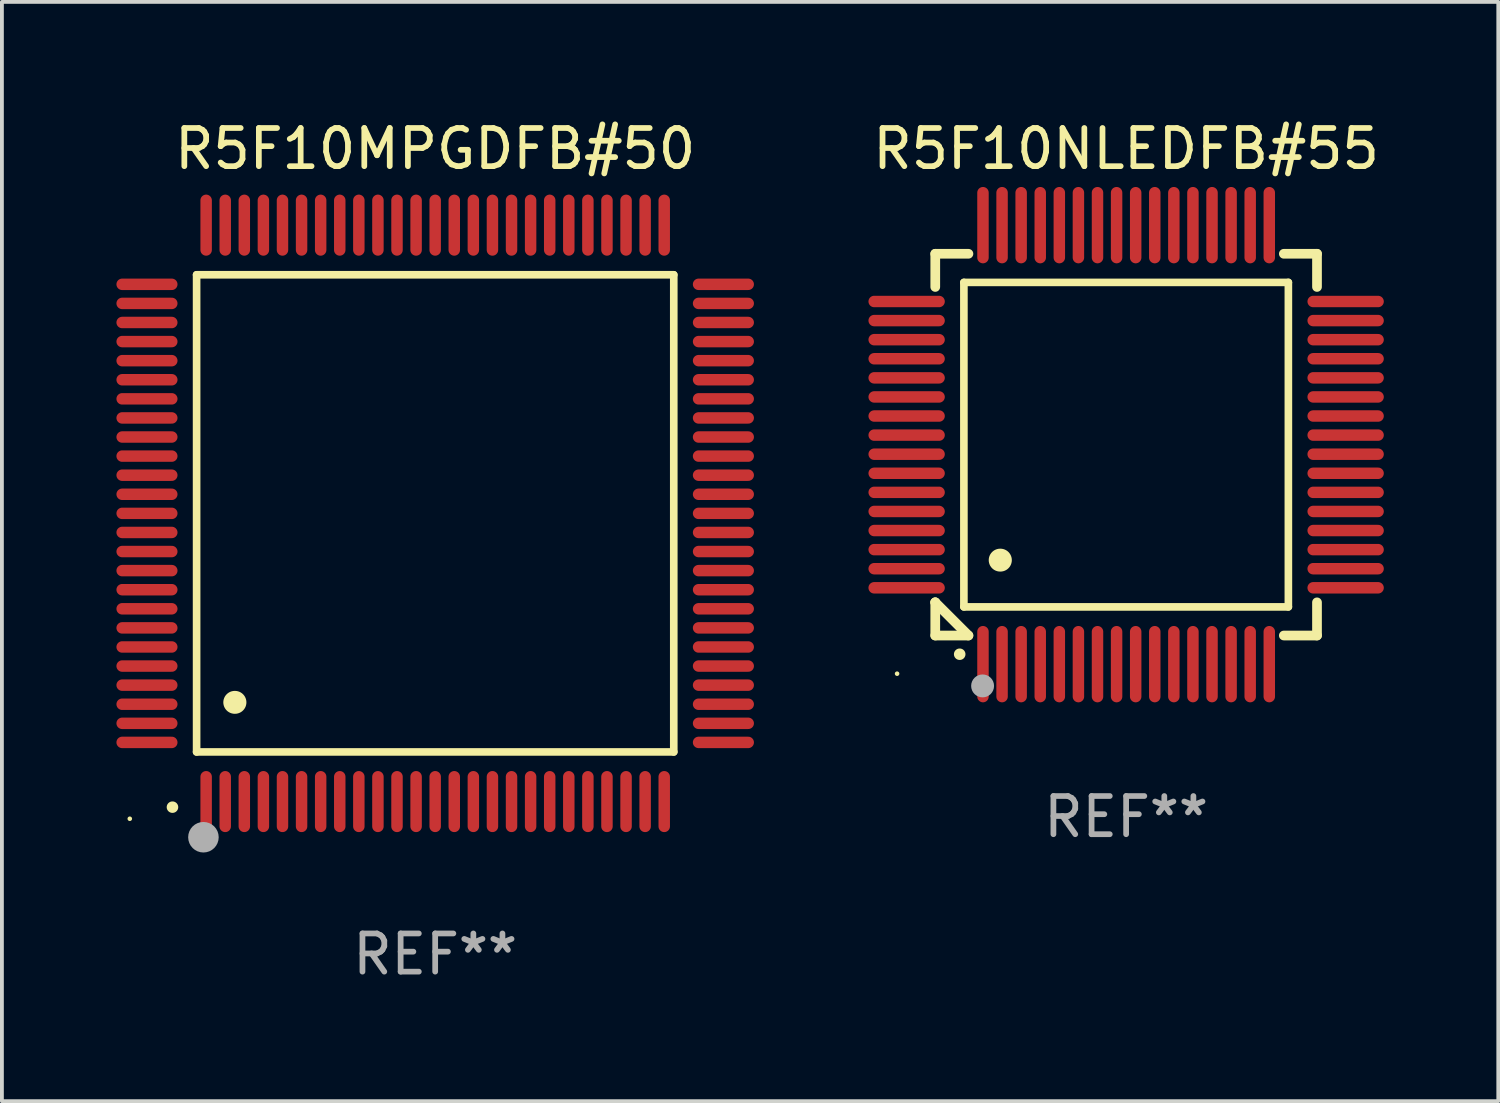
<source format=kicad_pcb>
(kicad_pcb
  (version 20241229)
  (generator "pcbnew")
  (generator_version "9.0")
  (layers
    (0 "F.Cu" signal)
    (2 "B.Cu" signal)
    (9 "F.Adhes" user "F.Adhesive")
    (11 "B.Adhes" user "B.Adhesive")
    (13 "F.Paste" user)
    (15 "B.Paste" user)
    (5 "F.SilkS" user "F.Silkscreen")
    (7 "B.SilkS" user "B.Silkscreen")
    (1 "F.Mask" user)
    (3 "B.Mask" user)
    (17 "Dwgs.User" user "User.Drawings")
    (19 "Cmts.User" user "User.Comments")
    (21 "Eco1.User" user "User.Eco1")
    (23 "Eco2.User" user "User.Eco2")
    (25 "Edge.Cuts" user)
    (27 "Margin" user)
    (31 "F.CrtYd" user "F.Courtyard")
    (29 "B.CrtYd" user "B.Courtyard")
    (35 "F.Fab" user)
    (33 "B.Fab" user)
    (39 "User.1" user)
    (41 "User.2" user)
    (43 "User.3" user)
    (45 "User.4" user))
  (footprint "R5F10NLEDFB#55"
    (layer "F.Cu")
    (at 26.45 8.598)
    (property "Reference" "R5F10NLEDFB#55" (at 0 -7.75 0) (layer "F.SilkS") (effects (font (size 1 1) (thickness 0.15))))
    (attr through_hole)
    (fp_line (start -5 -5) (end -4.131 -5) (stroke (width 0.254) (type solid)) (layer "F.SilkS"))
    (fp_line (start -5 -4.131) (end -5 -5) (stroke (width 0.254) (type solid)) (layer "F.SilkS"))
    (fp_line (start -5 4.131) (end -5 4.131) (stroke (width 0.254) (type solid)) (layer "F.SilkS"))
    (fp_line (start -5 5) (end -5 4.131) (stroke (width 0.254) (type solid)) (layer "F.SilkS"))
    (fp_line (start -5 4.131) (end -4.131 5) (stroke (width 0.254) (type solid)) (layer "F.SilkS"))
    (fp_line (start -4.25 -4.25) (end -4.25 4.25) (stroke (width 0.2) (type solid)) (layer "F.SilkS"))
    (fp_line (start -4.25 4.25) (end 4.25 4.25) (stroke (width 0.2) (type solid)) (layer "F.SilkS"))
    (fp_line (start -4.131 5) (end -5 5) (stroke (width 0.254) (type solid)) (layer "F.SilkS"))
    (fp_line (start 4.25 -4.25) (end -4.25 -4.25) (stroke (width 0.2) (type solid)) (layer "F.SilkS"))
    (fp_line (start 4.25 4.25) (end 4.25 -4.25) (stroke (width 0.2) (type solid)) (layer "F.SilkS"))
    (fp_line (start 5 -5) (end 4.131 -5) (stroke (width 0.254) (type solid)) (layer "F.SilkS"))
    (fp_line (start 5 -5) (end 5 -4.131) (stroke (width 0.254) (type solid)) (layer "F.SilkS"))
    (fp_line (start 5 4.131) (end 5 5) (stroke (width 0.254) (type solid)) (layer "F.SilkS"))
    (fp_line (start 5 5) (end 4.131 5) (stroke (width 0.254) (type solid)) (layer "F.SilkS"))
    (fp_arc (start -4.361265 5.489992) (mid -4.359995 5.489987) (end -4.358725 5.489992) (stroke (width 0.3) (type solid)) (layer "F.SilkS"))
    (fp_arc (start -3.299467 3.025146) (mid -3.296927 3.025135) (end -3.294387 3.025146) (stroke (width 0.6) (type solid)) (layer "F.SilkS"))
    (fp_circle (center -6 6) (end -5.97 6) (stroke (width 0.06) (type solid)) (fill no) (layer "F.SilkS"))
    (fp_circle (center -3.76 6.32) (end -3.61 6.32) (stroke (width 0.3) (type solid)) (fill no) (layer "F.Fab"))
    (fp_text user "REF**" (at 0 9.75 0) (layer "F.Fab") (effects (font (size 1 1) (thickness 0.15))))
    (pad "1" smd oval (at -3.75 5.75) (size 0.3 2) (layers "F.Cu" "F.Mask" "F.Paste"))
    (pad "2" smd oval (at -3.25 5.75) (size 0.3 2) (layers "F.Cu" "F.Mask" "F.Paste"))
    (pad "3" smd oval (at -2.75 5.75) (size 0.3 2) (layers "F.Cu" "F.Mask" "F.Paste"))
    (pad "4" smd oval (at -2.25 5.75) (size 0.3 2) (layers "F.Cu" "F.Mask" "F.Paste"))
    (pad "5" smd oval (at -1.75 5.75) (size 0.3 2) (layers "F.Cu" "F.Mask" "F.Paste"))
    (pad "6" smd oval (at -1.25 5.75) (size 0.3 2) (layers "F.Cu" "F.Mask" "F.Paste"))
    (pad "7" smd oval (at -0.75 5.75) (size 0.3 2) (layers "F.Cu" "F.Mask" "F.Paste"))
    (pad "8" smd oval (at -0.25 5.75) (size 0.3 2) (layers "F.Cu" "F.Mask" "F.Paste"))
    (pad "9" smd oval (at 0.25 5.75) (size 0.3 2) (layers "F.Cu" "F.Mask" "F.Paste"))
    (pad "10" smd oval (at 0.75 5.75) (size 0.3 2) (layers "F.Cu" "F.Mask" "F.Paste"))
    (pad "11" smd oval (at 1.25 5.75) (size 0.3 2) (layers "F.Cu" "F.Mask" "F.Paste"))
    (pad "12" smd oval (at 1.75 5.75) (size 0.3 2) (layers "F.Cu" "F.Mask" "F.Paste"))
    (pad "13" smd oval (at 2.25 5.75) (size 0.3 2) (layers "F.Cu" "F.Mask" "F.Paste"))
    (pad "14" smd oval (at 2.75 5.75) (size 0.3 2) (layers "F.Cu" "F.Mask" "F.Paste"))
    (pad "15" smd oval (at 3.25 5.75) (size 0.3 2) (layers "F.Cu" "F.Mask" "F.Paste"))
    (pad "16" smd oval (at 3.75 5.75) (size 0.3 2) (layers "F.Cu" "F.Mask" "F.Paste"))
    (pad "17" smd oval (at 5.75 3.75) (size 2 0.3) (layers "F.Cu" "F.Mask" "F.Paste"))
    (pad "18" smd oval (at 5.75 3.25) (size 2 0.3) (layers "F.Cu" "F.Mask" "F.Paste"))
    (pad "19" smd oval (at 5.75 2.75) (size 2 0.3) (layers "F.Cu" "F.Mask" "F.Paste"))
    (pad "20" smd oval (at 5.75 2.25) (size 2 0.3) (layers "F.Cu" "F.Mask" "F.Paste"))
    (pad "21" smd oval (at 5.75 1.75) (size 2 0.3) (layers "F.Cu" "F.Mask" "F.Paste"))
    (pad "22" smd oval (at 5.75 1.25) (size 2 0.3) (layers "F.Cu" "F.Mask" "F.Paste"))
    (pad "23" smd oval (at 5.75 0.75) (size 2 0.3) (layers "F.Cu" "F.Mask" "F.Paste"))
    (pad "24" smd oval (at 5.75 0.25) (size 2 0.3) (layers "F.Cu" "F.Mask" "F.Paste"))
    (pad "25" smd oval (at 5.75 -0.25) (size 2 0.3) (layers "F.Cu" "F.Mask" "F.Paste"))
    (pad "26" smd oval (at 5.75 -0.75) (size 2 0.3) (layers "F.Cu" "F.Mask" "F.Paste"))
    (pad "27" smd oval (at 5.75 -1.25) (size 2 0.3) (layers "F.Cu" "F.Mask" "F.Paste"))
    (pad "28" smd oval (at 5.75 -1.75) (size 2 0.3) (layers "F.Cu" "F.Mask" "F.Paste"))
    (pad "29" smd oval (at 5.75 -2.25) (size 2 0.3) (layers "F.Cu" "F.Mask" "F.Paste"))
    (pad "30" smd oval (at 5.75 -2.75) (size 2 0.3) (layers "F.Cu" "F.Mask" "F.Paste"))
    (pad "31" smd oval (at 5.75 -3.25) (size 2 0.3) (layers "F.Cu" "F.Mask" "F.Paste"))
    (pad "32" smd oval (at 5.75 -3.75) (size 2 0.3) (layers "F.Cu" "F.Mask" "F.Paste"))
    (pad "33" smd oval (at 3.75 -5.75) (size 0.3 2) (layers "F.Cu" "F.Mask" "F.Paste"))
    (pad "34" smd oval (at 3.25 -5.75) (size 0.3 2) (layers "F.Cu" "F.Mask" "F.Paste"))
    (pad "35" smd oval (at 2.75 -5.75) (size 0.3 2) (layers "F.Cu" "F.Mask" "F.Paste"))
    (pad "36" smd oval (at 2.25 -5.75) (size 0.3 2) (layers "F.Cu" "F.Mask" "F.Paste"))
    (pad "37" smd oval (at 1.75 -5.75) (size 0.3 2) (layers "F.Cu" "F.Mask" "F.Paste"))
    (pad "38" smd oval (at 1.25 -5.75) (size 0.3 2) (layers "F.Cu" "F.Mask" "F.Paste"))
    (pad "39" smd oval (at 0.75 -5.75) (size 0.3 2) (layers "F.Cu" "F.Mask" "F.Paste"))
    (pad "40" smd oval (at 0.25 -5.75) (size 0.3 2) (layers "F.Cu" "F.Mask" "F.Paste"))
    (pad "41" smd oval (at -0.25 -5.75) (size 0.3 2) (layers "F.Cu" "F.Mask" "F.Paste"))
    (pad "42" smd oval (at -0.75 -5.75) (size 0.3 2) (layers "F.Cu" "F.Mask" "F.Paste"))
    (pad "43" smd oval (at -1.25 -5.75) (size 0.3 2) (layers "F.Cu" "F.Mask" "F.Paste"))
    (pad "44" smd oval (at -1.75 -5.75) (size 0.3 2) (layers "F.Cu" "F.Mask" "F.Paste"))
    (pad "45" smd oval (at -2.25 -5.75) (size 0.3 2) (layers "F.Cu" "F.Mask" "F.Paste"))
    (pad "46" smd oval (at -2.75 -5.75) (size 0.3 2) (layers "F.Cu" "F.Mask" "F.Paste"))
    (pad "47" smd oval (at -3.25 -5.75) (size 0.3 2) (layers "F.Cu" "F.Mask" "F.Paste"))
    (pad "48" smd oval (at -3.75 -5.75) (size 0.3 2) (layers "F.Cu" "F.Mask" "F.Paste"))
    (pad "49" smd oval (at -5.75 -3.75) (size 2 0.3) (layers "F.Cu" "F.Mask" "F.Paste"))
    (pad "50" smd oval (at -5.75 -3.25) (size 2 0.3) (layers "F.Cu" "F.Mask" "F.Paste"))
    (pad "51" smd oval (at -5.75 -2.75) (size 2 0.3) (layers "F.Cu" "F.Mask" "F.Paste"))
    (pad "52" smd oval (at -5.75 -2.25) (size 2 0.3) (layers "F.Cu" "F.Mask" "F.Paste"))
    (pad "53" smd oval (at -5.75 -1.75) (size 2 0.3) (layers "F.Cu" "F.Mask" "F.Paste"))
    (pad "54" smd oval (at -5.75 -1.25) (size 2 0.3) (layers "F.Cu" "F.Mask" "F.Paste"))
    (pad "55" smd oval (at -5.75 -0.75) (size 2 0.3) (layers "F.Cu" "F.Mask" "F.Paste"))
    (pad "56" smd oval (at -5.75 -0.25) (size 2 0.3) (layers "F.Cu" "F.Mask" "F.Paste"))
    (pad "57" smd oval (at -5.75 0.25) (size 2 0.3) (layers "F.Cu" "F.Mask" "F.Paste"))
    (pad "58" smd oval (at -5.75 0.75) (size 2 0.3) (layers "F.Cu" "F.Mask" "F.Paste"))
    (pad "59" smd oval (at -5.75 1.25) (size 2 0.3) (layers "F.Cu" "F.Mask" "F.Paste"))
    (pad "60" smd oval (at -5.75 1.75) (size 2 0.3) (layers "F.Cu" "F.Mask" "F.Paste"))
    (pad "61" smd oval (at -5.75 2.25) (size 2 0.3) (layers "F.Cu" "F.Mask" "F.Paste"))
    (pad "62" smd oval (at -5.75 2.75) (size 2 0.3) (layers "F.Cu" "F.Mask" "F.Paste"))
    (pad "63" smd oval (at -5.75 3.25) (size 2 0.3) (layers "F.Cu" "F.Mask" "F.Paste"))
    (pad "64" smd oval (at -5.75 3.75) (size 2 0.3) (layers "F.Cu" "F.Mask" "F.Paste")))
  (footprint "R5F10MPGDFB#50"
    (layer "F.Cu")
    (at 8.35 10.398)
    (property "Reference" "R5F10MPGDFB#50" (at 0 -9.55 0) (layer "F.SilkS") (effects (font (size 1 1) (thickness 0.15))))
    (attr through_hole)
    (fp_line (start -6.25 -6.25) (end -6.25 6.25) (stroke (width 0.2) (type solid)) (layer "F.SilkS"))
    (fp_line (start -6.25 6.25) (end 6.25 6.25) (stroke (width 0.2) (type solid)) (layer "F.SilkS"))
    (fp_line (start 6.25 -6.25) (end -6.25 -6.25) (stroke (width 0.2) (type solid)) (layer "F.SilkS"))
    (fp_line (start 6.25 6.25) (end 6.25 -6.25) (stroke (width 0.2) (type solid)) (layer "F.SilkS"))
    (fp_arc (start -6.883414 7.696215) (mid -6.882144 7.69621) (end -6.880874 7.696215) (stroke (width 0.3) (type solid)) (layer "F.SilkS"))
    (fp_arc (start -5.250191 4.95047) (mid -5.247651 4.950459) (end -5.245111 4.95047) (stroke (width 0.6) (type solid)) (layer "F.SilkS"))
    (fp_circle (center -8 8) (end -7.97 8) (stroke (width 0.06) (type solid)) (fill no) (layer "F.SilkS"))
    (fp_circle (center -6.071 8.484) (end -5.871 8.484) (stroke (width 0.4) (type solid)) (fill no) (layer "F.Fab"))
    (fp_text user "REF**" (at 0 11.55 0) (layer "F.Fab") (effects (font (size 1 1) (thickness 0.15))))
    (pad "1" smd oval (at -6 7.55) (size 0.3 1.6) (layers "F.Cu" "F.Mask" "F.Paste"))
    (pad "2" smd oval (at -5.5 7.55) (size 0.3 1.6) (layers "F.Cu" "F.Mask" "F.Paste"))
    (pad "3" smd oval (at -5 7.55) (size 0.3 1.6) (layers "F.Cu" "F.Mask" "F.Paste"))
    (pad "4" smd oval (at -4.5 7.55) (size 0.3 1.6) (layers "F.Cu" "F.Mask" "F.Paste"))
    (pad "5" smd oval (at -4 7.55) (size 0.3 1.6) (layers "F.Cu" "F.Mask" "F.Paste"))
    (pad "6" smd oval (at -3.5 7.55) (size 0.3 1.6) (layers "F.Cu" "F.Mask" "F.Paste"))
    (pad "7" smd oval (at -3 7.55) (size 0.3 1.6) (layers "F.Cu" "F.Mask" "F.Paste"))
    (pad "8" smd oval (at -2.5 7.55) (size 0.3 1.6) (layers "F.Cu" "F.Mask" "F.Paste"))
    (pad "9" smd oval (at -2 7.55) (size 0.3 1.6) (layers "F.Cu" "F.Mask" "F.Paste"))
    (pad "10" smd oval (at -1.5 7.55) (size 0.3 1.6) (layers "F.Cu" "F.Mask" "F.Paste"))
    (pad "11" smd oval (at -1 7.55) (size 0.3 1.6) (layers "F.Cu" "F.Mask" "F.Paste"))
    (pad "12" smd oval (at -0.5 7.55) (size 0.3 1.6) (layers "F.Cu" "F.Mask" "F.Paste"))
    (pad "13" smd oval (at 0 7.55) (size 0.3 1.6) (layers "F.Cu" "F.Mask" "F.Paste"))
    (pad "14" smd oval (at 0.5 7.55) (size 0.3 1.6) (layers "F.Cu" "F.Mask" "F.Paste"))
    (pad "15" smd oval (at 1 7.55) (size 0.3 1.6) (layers "F.Cu" "F.Mask" "F.Paste"))
    (pad "16" smd oval (at 1.5 7.55) (size 0.3 1.6) (layers "F.Cu" "F.Mask" "F.Paste"))
    (pad "17" smd oval (at 2 7.55) (size 0.3 1.6) (layers "F.Cu" "F.Mask" "F.Paste"))
    (pad "18" smd oval (at 2.5 7.55) (size 0.3 1.6) (layers "F.Cu" "F.Mask" "F.Paste"))
    (pad "19" smd oval (at 3 7.55) (size 0.3 1.6) (layers "F.Cu" "F.Mask" "F.Paste"))
    (pad "20" smd oval (at 3.5 7.55) (size 0.3 1.6) (layers "F.Cu" "F.Mask" "F.Paste"))
    (pad "21" smd oval (at 4 7.55) (size 0.3 1.6) (layers "F.Cu" "F.Mask" "F.Paste"))
    (pad "22" smd oval (at 4.5 7.55) (size 0.3 1.6) (layers "F.Cu" "F.Mask" "F.Paste"))
    (pad "23" smd oval (at 5 7.55) (size 0.3 1.6) (layers "F.Cu" "F.Mask" "F.Paste"))
    (pad "24" smd oval (at 5.5 7.55) (size 0.3 1.6) (layers "F.Cu" "F.Mask" "F.Paste"))
    (pad "25" smd oval (at 6 7.55) (size 0.3 1.6) (layers "F.Cu" "F.Mask" "F.Paste"))
    (pad "26" smd oval (at 7.55 6) (size 1.6 0.3) (layers "F.Cu" "F.Mask" "F.Paste"))
    (pad "27" smd oval (at 7.55 5.5) (size 1.6 0.3) (layers "F.Cu" "F.Mask" "F.Paste"))
    (pad "28" smd oval (at 7.55 5) (size 1.6 0.3) (layers "F.Cu" "F.Mask" "F.Paste"))
    (pad "29" smd oval (at 7.55 4.5) (size 1.6 0.3) (layers "F.Cu" "F.Mask" "F.Paste"))
    (pad "30" smd oval (at 7.55 4) (size 1.6 0.3) (layers "F.Cu" "F.Mask" "F.Paste"))
    (pad "31" smd oval (at 7.55 3.5) (size 1.6 0.3) (layers "F.Cu" "F.Mask" "F.Paste"))
    (pad "32" smd oval (at 7.55 3) (size 1.6 0.3) (layers "F.Cu" "F.Mask" "F.Paste"))
    (pad "33" smd oval (at 7.55 2.5) (size 1.6 0.3) (layers "F.Cu" "F.Mask" "F.Paste"))
    (pad "34" smd oval (at 7.55 2) (size 1.6 0.3) (layers "F.Cu" "F.Mask" "F.Paste"))
    (pad "35" smd oval (at 7.55 1.5) (size 1.6 0.3) (layers "F.Cu" "F.Mask" "F.Paste"))
    (pad "36" smd oval (at 7.55 1) (size 1.6 0.3) (layers "F.Cu" "F.Mask" "F.Paste"))
    (pad "37" smd oval (at 7.55 0.5) (size 1.6 0.3) (layers "F.Cu" "F.Mask" "F.Paste"))
    (pad "38" smd oval (at 7.55 0) (size 1.6 0.3) (layers "F.Cu" "F.Mask" "F.Paste"))
    (pad "39" smd oval (at 7.55 -0.5) (size 1.6 0.3) (layers "F.Cu" "F.Mask" "F.Paste"))
    (pad "40" smd oval (at 7.55 -1) (size 1.6 0.3) (layers "F.Cu" "F.Mask" "F.Paste"))
    (pad "41" smd oval (at 7.55 -1.5) (size 1.6 0.3) (layers "F.Cu" "F.Mask" "F.Paste"))
    (pad "42" smd oval (at 7.55 -2) (size 1.6 0.3) (layers "F.Cu" "F.Mask" "F.Paste"))
    (pad "43" smd oval (at 7.55 -2.5) (size 1.6 0.3) (layers "F.Cu" "F.Mask" "F.Paste"))
    (pad "44" smd oval (at 7.55 -3) (size 1.6 0.3) (layers "F.Cu" "F.Mask" "F.Paste"))
    (pad "45" smd oval (at 7.55 -3.5) (size 1.6 0.3) (layers "F.Cu" "F.Mask" "F.Paste"))
    (pad "46" smd oval (at 7.55 -4) (size 1.6 0.3) (layers "F.Cu" "F.Mask" "F.Paste"))
    (pad "47" smd oval (at 7.55 -4.5) (size 1.6 0.3) (layers "F.Cu" "F.Mask" "F.Paste"))
    (pad "48" smd oval (at 7.55 -5) (size 1.6 0.3) (layers "F.Cu" "F.Mask" "F.Paste"))
    (pad "49" smd oval (at 7.55 -5.5) (size 1.6 0.3) (layers "F.Cu" "F.Mask" "F.Paste"))
    (pad "50" smd oval (at 7.55 -6) (size 1.6 0.3) (layers "F.Cu" "F.Mask" "F.Paste"))
    (pad "51" smd oval (at 6 -7.55) (size 0.3 1.6) (layers "F.Cu" "F.Mask" "F.Paste"))
    (pad "52" smd oval (at 5.5 -7.55) (size 0.3 1.6) (layers "F.Cu" "F.Mask" "F.Paste"))
    (pad "53" smd oval (at 5 -7.55) (size 0.3 1.6) (layers "F.Cu" "F.Mask" "F.Paste"))
    (pad "54" smd oval (at 4.5 -7.55) (size 0.3 1.6) (layers "F.Cu" "F.Mask" "F.Paste"))
    (pad "55" smd oval (at 4 -7.55) (size 0.3 1.6) (layers "F.Cu" "F.Mask" "F.Paste"))
    (pad "56" smd oval (at 3.5 -7.55) (size 0.3 1.6) (layers "F.Cu" "F.Mask" "F.Paste"))
    (pad "57" smd oval (at 3 -7.55) (size 0.3 1.6) (layers "F.Cu" "F.Mask" "F.Paste"))
    (pad "58" smd oval (at 2.5 -7.55) (size 0.3 1.6) (layers "F.Cu" "F.Mask" "F.Paste"))
    (pad "59" smd oval (at 2 -7.55) (size 0.3 1.6) (layers "F.Cu" "F.Mask" "F.Paste"))
    (pad "60" smd oval (at 1.5 -7.55) (size 0.3 1.6) (layers "F.Cu" "F.Mask" "F.Paste"))
    (pad "61" smd oval (at 1 -7.55) (size 0.3 1.6) (layers "F.Cu" "F.Mask" "F.Paste"))
    (pad "62" smd oval (at 0.5 -7.55) (size 0.3 1.6) (layers "F.Cu" "F.Mask" "F.Paste"))
    (pad "63" smd oval (at 0 -7.55) (size 0.3 1.6) (layers "F.Cu" "F.Mask" "F.Paste"))
    (pad "64" smd oval (at -0.5 -7.55) (size 0.3 1.6) (layers "F.Cu" "F.Mask" "F.Paste"))
    (pad "65" smd oval (at -1 -7.55) (size 0.3 1.6) (layers "F.Cu" "F.Mask" "F.Paste"))
    (pad "66" smd oval (at -1.5 -7.55) (size 0.3 1.6) (layers "F.Cu" "F.Mask" "F.Paste"))
    (pad "67" smd oval (at -2 -7.55) (size 0.3 1.6) (layers "F.Cu" "F.Mask" "F.Paste"))
    (pad "68" smd oval (at -2.5 -7.55) (size 0.3 1.6) (layers "F.Cu" "F.Mask" "F.Paste"))
    (pad "69" smd oval (at -3 -7.55) (size 0.3 1.6) (layers "F.Cu" "F.Mask" "F.Paste"))
    (pad "70" smd oval (at -3.5 -7.55) (size 0.3 1.6) (layers "F.Cu" "F.Mask" "F.Paste"))
    (pad "71" smd oval (at -4 -7.55) (size 0.3 1.6) (layers "F.Cu" "F.Mask" "F.Paste"))
    (pad "72" smd oval (at -4.5 -7.55) (size 0.3 1.6) (layers "F.Cu" "F.Mask" "F.Paste"))
    (pad "73" smd oval (at -5 -7.55) (size 0.3 1.6) (layers "F.Cu" "F.Mask" "F.Paste"))
    (pad "74" smd oval (at -5.5 -7.55) (size 0.3 1.6) (layers "F.Cu" "F.Mask" "F.Paste"))
    (pad "75" smd oval (at -6 -7.55) (size 0.3 1.6) (layers "F.Cu" "F.Mask" "F.Paste"))
    (pad "76" smd oval (at -7.55 -6) (size 1.6 0.3) (layers "F.Cu" "F.Mask" "F.Paste"))
    (pad "77" smd oval (at -7.55 -5.5) (size 1.6 0.3) (layers "F.Cu" "F.Mask" "F.Paste"))
    (pad "78" smd oval (at -7.55 -5) (size 1.6 0.3) (layers "F.Cu" "F.Mask" "F.Paste"))
    (pad "79" smd oval (at -7.55 -4.5) (size 1.6 0.3) (layers "F.Cu" "F.Mask" "F.Paste"))
    (pad "80" smd oval (at -7.55 -4) (size 1.6 0.3) (layers "F.Cu" "F.Mask" "F.Paste"))
    (pad "81" smd oval (at -7.55 -3.5) (size 1.6 0.3) (layers "F.Cu" "F.Mask" "F.Paste"))
    (pad "82" smd oval (at -7.55 -3) (size 1.6 0.3) (layers "F.Cu" "F.Mask" "F.Paste"))
    (pad "83" smd oval (at -7.55 -2.5) (size 1.6 0.3) (layers "F.Cu" "F.Mask" "F.Paste"))
    (pad "84" smd oval (at -7.55 -2) (size 1.6 0.3) (layers "F.Cu" "F.Mask" "F.Paste"))
    (pad "85" smd oval (at -7.55 -1.5) (size 1.6 0.3) (layers "F.Cu" "F.Mask" "F.Paste"))
    (pad "86" smd oval (at -7.55 -1) (size 1.6 0.3) (layers "F.Cu" "F.Mask" "F.Paste"))
    (pad "87" smd oval (at -7.55 -0.5) (size 1.6 0.3) (layers "F.Cu" "F.Mask" "F.Paste"))
    (pad "88" smd oval (at -7.55 0) (size 1.6 0.3) (layers "F.Cu" "F.Mask" "F.Paste"))
    (pad "89" smd oval (at -7.55 0.5) (size 1.6 0.3) (layers "F.Cu" "F.Mask" "F.Paste"))
    (pad "90" smd oval (at -7.55 1) (size 1.6 0.3) (layers "F.Cu" "F.Mask" "F.Paste"))
    (pad "91" smd oval (at -7.55 1.5) (size 1.6 0.3) (layers "F.Cu" "F.Mask" "F.Paste"))
    (pad "92" smd oval (at -7.55 2) (size 1.6 0.3) (layers "F.Cu" "F.Mask" "F.Paste"))
    (pad "93" smd oval (at -7.55 2.5) (size 1.6 0.3) (layers "F.Cu" "F.Mask" "F.Paste"))
    (pad "94" smd oval (at -7.55 3) (size 1.6 0.3) (layers "F.Cu" "F.Mask" "F.Paste"))
    (pad "95" smd oval (at -7.55 3.5) (size 1.6 0.3) (layers "F.Cu" "F.Mask" "F.Paste"))
    (pad "96" smd oval (at -7.55 4) (size 1.6 0.3) (layers "F.Cu" "F.Mask" "F.Paste"))
    (pad "97" smd oval (at -7.55 4.5) (size 1.6 0.3) (layers "F.Cu" "F.Mask" "F.Paste"))
    (pad "98" smd oval (at -7.55 5) (size 1.6 0.3) (layers "F.Cu" "F.Mask" "F.Paste"))
    (pad "99" smd oval (at -7.55 5.5) (size 1.6 0.3) (layers "F.Cu" "F.Mask" "F.Paste"))
    (pad "100" smd oval (at -7.55 6) (size 1.6 0.3) (layers "F.Cu" "F.Mask" "F.Paste")))
  (gr_rect
    (start -3 -3)
    (end 36.199 25.796)
    (stroke (width 0.1) (type default))
    (fill no)
    (layer "Edge.Cuts")))
</source>
